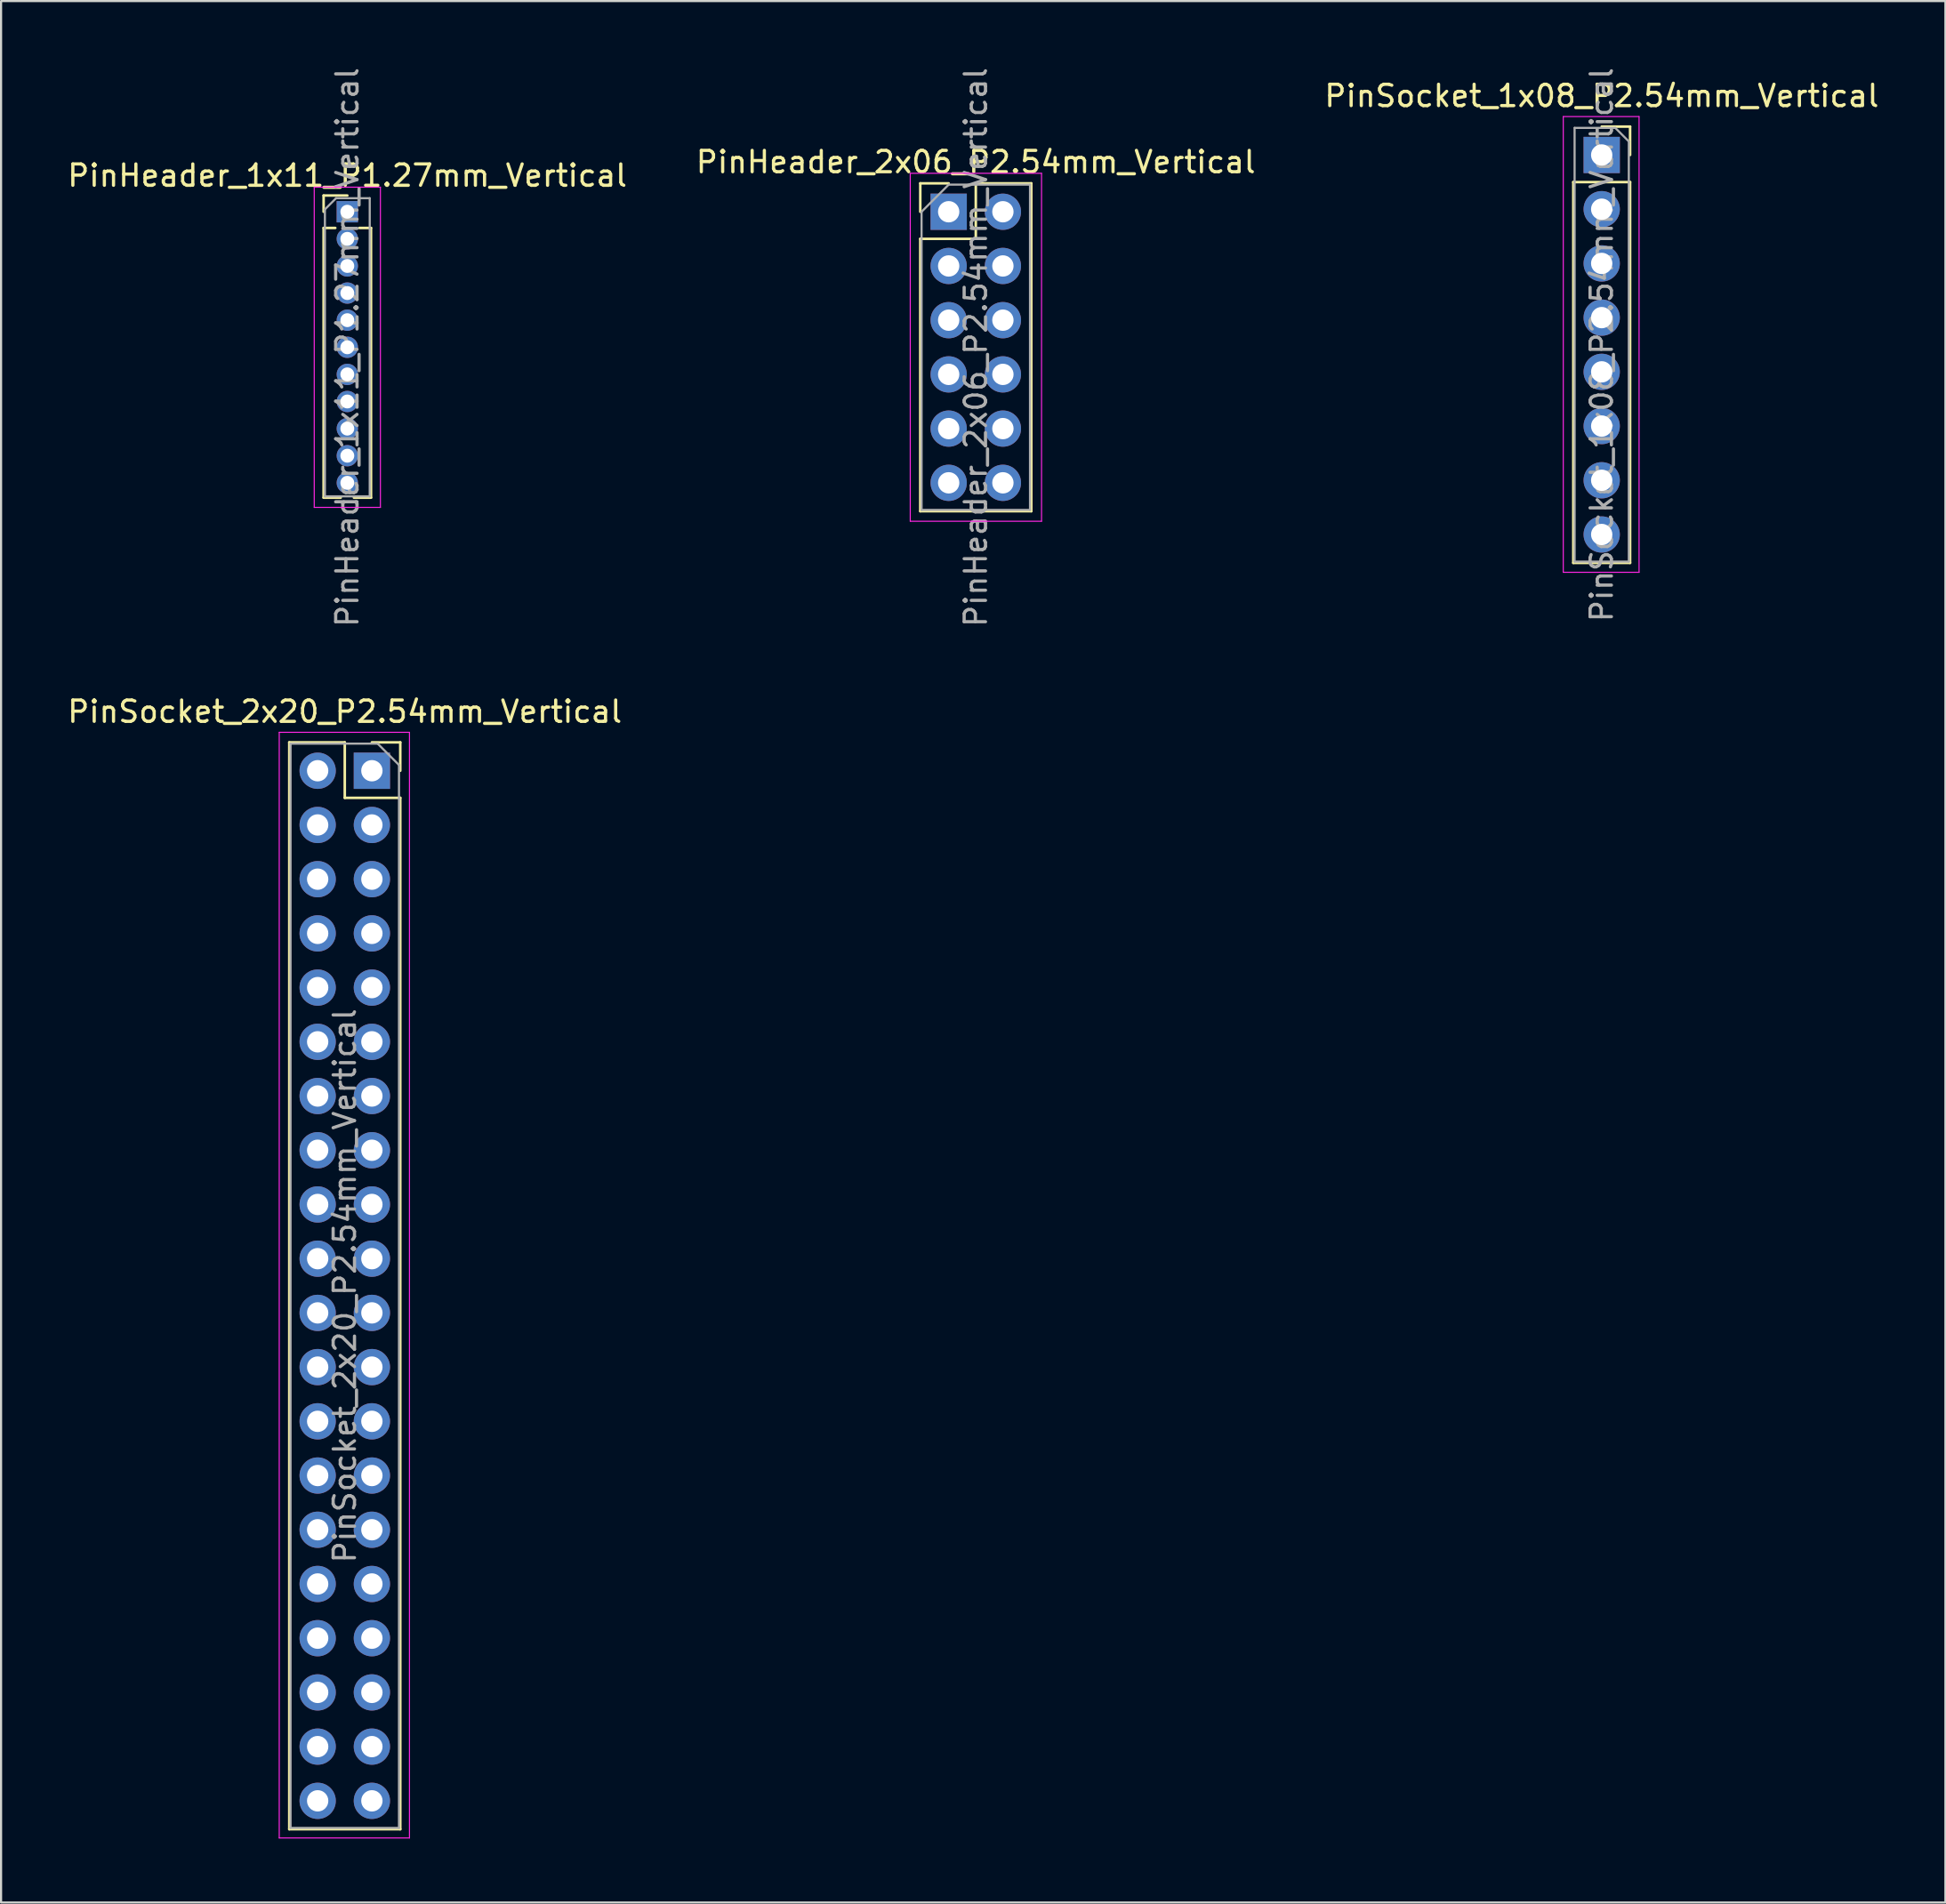
<source format=kicad_pcb>
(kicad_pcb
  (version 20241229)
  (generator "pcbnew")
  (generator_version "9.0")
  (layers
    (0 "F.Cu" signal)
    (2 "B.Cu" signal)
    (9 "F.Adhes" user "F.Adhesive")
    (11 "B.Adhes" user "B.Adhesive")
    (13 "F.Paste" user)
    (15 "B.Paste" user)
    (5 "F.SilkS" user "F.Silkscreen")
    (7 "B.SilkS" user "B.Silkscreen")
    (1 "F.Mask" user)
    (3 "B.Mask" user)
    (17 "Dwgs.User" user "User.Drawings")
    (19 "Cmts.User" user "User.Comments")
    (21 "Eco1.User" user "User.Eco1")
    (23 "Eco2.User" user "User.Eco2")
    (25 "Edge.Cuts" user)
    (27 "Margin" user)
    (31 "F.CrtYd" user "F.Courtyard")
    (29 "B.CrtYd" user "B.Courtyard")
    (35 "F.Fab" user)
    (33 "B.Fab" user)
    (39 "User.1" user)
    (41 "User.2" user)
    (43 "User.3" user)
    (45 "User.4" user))
  (footprint "PinSocket_1x08_P2.54mm_Vertical"
    (layer "F.Cu")
    (at 71.982 4.211)
    (property "Reference" "PinSocket_1x08_P2.54mm_Vertical" (at 0 -2.77 0) (layer "F.SilkS") (effects (font (size 1 1) (thickness 0.15))))
    (attr through_hole)
    (fp_line (start -1.33 1.27) (end -1.33 19.11) (stroke (width 0.12) (type solid)) (layer "F.SilkS"))
    (fp_line (start -1.33 1.27) (end 1.33 1.27) (stroke (width 0.12) (type solid)) (layer "F.SilkS"))
    (fp_line (start -1.33 19.11) (end 1.33 19.11) (stroke (width 0.12) (type solid)) (layer "F.SilkS"))
    (fp_line (start 0 -1.33) (end 1.33 -1.33) (stroke (width 0.12) (type solid)) (layer "F.SilkS"))
    (fp_line (start 1.33 -1.33) (end 1.33 0) (stroke (width 0.12) (type solid)) (layer "F.SilkS"))
    (fp_line (start 1.33 1.27) (end 1.33 19.11) (stroke (width 0.12) (type solid)) (layer "F.SilkS"))
    (fp_line (start -1.8 -1.8) (end 1.75 -1.8) (stroke (width 0.05) (type solid)) (layer "F.CrtYd"))
    (fp_line (start -1.8 19.55) (end -1.8 -1.8) (stroke (width 0.05) (type solid)) (layer "F.CrtYd"))
    (fp_line (start 1.75 -1.8) (end 1.75 19.55) (stroke (width 0.05) (type solid)) (layer "F.CrtYd"))
    (fp_line (start 1.75 19.55) (end -1.8 19.55) (stroke (width 0.05) (type solid)) (layer "F.CrtYd"))
    (fp_line (start -1.27 -1.27) (end 0.635 -1.27) (stroke (width 0.1) (type solid)) (layer "F.Fab"))
    (fp_line (start -1.27 19.05) (end -1.27 -1.27) (stroke (width 0.1) (type solid)) (layer "F.Fab"))
    (fp_line (start 0.635 -1.27) (end 1.27 -0.635) (stroke (width 0.1) (type solid)) (layer "F.Fab"))
    (fp_line (start 1.27 -0.635) (end 1.27 19.05) (stroke (width 0.1) (type solid)) (layer "F.Fab"))
    (fp_line (start 1.27 19.05) (end -1.27 19.05) (stroke (width 0.1) (type solid)) (layer "F.Fab"))
    (fp_text user "${REFERENCE}" (at 0 8.89 90) (layer "F.Fab") (effects (font (size 1 1) (thickness 0.15))))
    (pad "1" thru_hole rect (at 0 0) (size 1.7 1.7) (drill 1) (layers "*.Cu" "*.Mask"))
    (pad "2" thru_hole oval (at 0 2.54) (size 1.7 1.7) (drill 1) (layers "*.Cu" "*.Mask"))
    (pad "3" thru_hole oval (at 0 5.08) (size 1.7 1.7) (drill 1) (layers "*.Cu" "*.Mask"))
    (pad "4" thru_hole oval (at 0 7.62) (size 1.7 1.7) (drill 1) (layers "*.Cu" "*.Mask"))
    (pad "5" thru_hole oval (at 0 10.16) (size 1.7 1.7) (drill 1) (layers "*.Cu" "*.Mask"))
    (pad "6" thru_hole oval (at 0 12.7) (size 1.7 1.7) (drill 1) (layers "*.Cu" "*.Mask"))
    (pad "7" thru_hole oval (at 0 15.24) (size 1.7 1.7) (drill 1) (layers "*.Cu" "*.Mask"))
    (pad "8" thru_hole oval (at 0 17.78) (size 1.7 1.7) (drill 1) (layers "*.Cu" "*.Mask")))
  (footprint "PinSocket_2x20_P2.54mm_Vertical"
    (layer "F.Cu")
    (at 14.371 33.059)
    (property "Reference" "PinSocket_2x20_P2.54mm_Vertical" (at -1.27 -2.77 0) (layer "F.SilkS") (effects (font (size 1 1) (thickness 0.15))))
    (attr through_hole)
    (fp_line (start -3.87 -1.33) (end -3.87 49.59) (stroke (width 0.12) (type solid)) (layer "F.SilkS"))
    (fp_line (start -3.87 -1.33) (end -1.27 -1.33) (stroke (width 0.12) (type solid)) (layer "F.SilkS"))
    (fp_line (start -3.87 49.59) (end 1.33 49.59) (stroke (width 0.12) (type solid)) (layer "F.SilkS"))
    (fp_line (start -1.27 -1.33) (end -1.27 1.27) (stroke (width 0.12) (type solid)) (layer "F.SilkS"))
    (fp_line (start -1.27 1.27) (end 1.33 1.27) (stroke (width 0.12) (type solid)) (layer "F.SilkS"))
    (fp_line (start 0 -1.33) (end 1.33 -1.33) (stroke (width 0.12) (type solid)) (layer "F.SilkS"))
    (fp_line (start 1.33 -1.33) (end 1.33 0) (stroke (width 0.12) (type solid)) (layer "F.SilkS"))
    (fp_line (start 1.33 1.27) (end 1.33 49.59) (stroke (width 0.12) (type solid)) (layer "F.SilkS"))
    (fp_line (start -4.34 -1.8) (end 1.76 -1.8) (stroke (width 0.05) (type solid)) (layer "F.CrtYd"))
    (fp_line (start -4.34 50) (end -4.34 -1.8) (stroke (width 0.05) (type solid)) (layer "F.CrtYd"))
    (fp_line (start 1.76 -1.8) (end 1.76 50) (stroke (width 0.05) (type solid)) (layer "F.CrtYd"))
    (fp_line (start 1.76 50) (end -4.34 50) (stroke (width 0.05) (type solid)) (layer "F.CrtYd"))
    (fp_line (start -3.81 -1.27) (end 0.27 -1.27) (stroke (width 0.1) (type solid)) (layer "F.Fab"))
    (fp_line (start -3.81 49.53) (end -3.81 -1.27) (stroke (width 0.1) (type solid)) (layer "F.Fab"))
    (fp_line (start 0.27 -1.27) (end 1.27 -0.27) (stroke (width 0.1) (type solid)) (layer "F.Fab"))
    (fp_line (start 1.27 -0.27) (end 1.27 49.53) (stroke (width 0.1) (type solid)) (layer "F.Fab"))
    (fp_line (start 1.27 49.53) (end -3.81 49.53) (stroke (width 0.1) (type solid)) (layer "F.Fab"))
    (fp_text user "${REFERENCE}" (at -1.27 24.13 90) (layer "F.Fab") (effects (font (size 1 1) (thickness 0.15))))
    (pad "1" thru_hole rect (at 0 0) (size 1.7 1.7) (drill 1) (layers "*.Cu" "*.Mask"))
    (pad "2" thru_hole oval (at -2.54 0) (size 1.7 1.7) (drill 1) (layers "*.Cu" "*.Mask"))
    (pad "3" thru_hole oval (at 0 2.54) (size 1.7 1.7) (drill 1) (layers "*.Cu" "*.Mask"))
    (pad "4" thru_hole oval (at -2.54 2.54) (size 1.7 1.7) (drill 1) (layers "*.Cu" "*.Mask"))
    (pad "5" thru_hole oval (at 0 5.08) (size 1.7 1.7) (drill 1) (layers "*.Cu" "*.Mask"))
    (pad "6" thru_hole oval (at -2.54 5.08) (size 1.7 1.7) (drill 1) (layers "*.Cu" "*.Mask"))
    (pad "7" thru_hole oval (at 0 7.62) (size 1.7 1.7) (drill 1) (layers "*.Cu" "*.Mask"))
    (pad "8" thru_hole oval (at -2.54 7.62) (size 1.7 1.7) (drill 1) (layers "*.Cu" "*.Mask"))
    (pad "9" thru_hole oval (at 0 10.16) (size 1.7 1.7) (drill 1) (layers "*.Cu" "*.Mask"))
    (pad "10" thru_hole oval (at -2.54 10.16) (size 1.7 1.7) (drill 1) (layers "*.Cu" "*.Mask"))
    (pad "11" thru_hole oval (at 0 12.7) (size 1.7 1.7) (drill 1) (layers "*.Cu" "*.Mask"))
    (pad "12" thru_hole oval (at -2.54 12.7) (size 1.7 1.7) (drill 1) (layers "*.Cu" "*.Mask"))
    (pad "13" thru_hole oval (at 0 15.24) (size 1.7 1.7) (drill 1) (layers "*.Cu" "*.Mask"))
    (pad "14" thru_hole oval (at -2.54 15.24) (size 1.7 1.7) (drill 1) (layers "*.Cu" "*.Mask"))
    (pad "15" thru_hole oval (at 0 17.78) (size 1.7 1.7) (drill 1) (layers "*.Cu" "*.Mask"))
    (pad "16" thru_hole oval (at -2.54 17.78) (size 1.7 1.7) (drill 1) (layers "*.Cu" "*.Mask"))
    (pad "17" thru_hole oval (at 0 20.32) (size 1.7 1.7) (drill 1) (layers "*.Cu" "*.Mask"))
    (pad "18" thru_hole oval (at -2.54 20.32) (size 1.7 1.7) (drill 1) (layers "*.Cu" "*.Mask"))
    (pad "19" thru_hole oval (at 0 22.86) (size 1.7 1.7) (drill 1) (layers "*.Cu" "*.Mask"))
    (pad "20" thru_hole oval (at -2.54 22.86) (size 1.7 1.7) (drill 1) (layers "*.Cu" "*.Mask"))
    (pad "21" thru_hole oval (at 0 25.4) (size 1.7 1.7) (drill 1) (layers "*.Cu" "*.Mask"))
    (pad "22" thru_hole oval (at -2.54 25.4) (size 1.7 1.7) (drill 1) (layers "*.Cu" "*.Mask"))
    (pad "23" thru_hole oval (at 0 27.94) (size 1.7 1.7) (drill 1) (layers "*.Cu" "*.Mask"))
    (pad "24" thru_hole oval (at -2.54 27.94) (size 1.7 1.7) (drill 1) (layers "*.Cu" "*.Mask"))
    (pad "25" thru_hole oval (at 0 30.48) (size 1.7 1.7) (drill 1) (layers "*.Cu" "*.Mask"))
    (pad "26" thru_hole oval (at -2.54 30.48) (size 1.7 1.7) (drill 1) (layers "*.Cu" "*.Mask"))
    (pad "27" thru_hole oval (at 0 33.02) (size 1.7 1.7) (drill 1) (layers "*.Cu" "*.Mask"))
    (pad "28" thru_hole oval (at -2.54 33.02) (size 1.7 1.7) (drill 1) (layers "*.Cu" "*.Mask"))
    (pad "29" thru_hole oval (at 0 35.56) (size 1.7 1.7) (drill 1) (layers "*.Cu" "*.Mask"))
    (pad "30" thru_hole oval (at -2.54 35.56) (size 1.7 1.7) (drill 1) (layers "*.Cu" "*.Mask"))
    (pad "31" thru_hole oval (at 0 38.1) (size 1.7 1.7) (drill 1) (layers "*.Cu" "*.Mask"))
    (pad "32" thru_hole oval (at -2.54 38.1) (size 1.7 1.7) (drill 1) (layers "*.Cu" "*.Mask"))
    (pad "33" thru_hole oval (at 0 40.64) (size 1.7 1.7) (drill 1) (layers "*.Cu" "*.Mask"))
    (pad "34" thru_hole oval (at -2.54 40.64) (size 1.7 1.7) (drill 1) (layers "*.Cu" "*.Mask"))
    (pad "35" thru_hole oval (at 0 43.18) (size 1.7 1.7) (drill 1) (layers "*.Cu" "*.Mask"))
    (pad "36" thru_hole oval (at -2.54 43.18) (size 1.7 1.7) (drill 1) (layers "*.Cu" "*.Mask"))
    (pad "37" thru_hole oval (at 0 45.72) (size 1.7 1.7) (drill 1) (layers "*.Cu" "*.Mask"))
    (pad "38" thru_hole oval (at -2.54 45.72) (size 1.7 1.7) (drill 1) (layers "*.Cu" "*.Mask"))
    (pad "39" thru_hole oval (at 0 48.26) (size 1.7 1.7) (drill 1) (layers "*.Cu" "*.Mask"))
    (pad "40" thru_hole oval (at -2.54 48.26) (size 1.7 1.7) (drill 1) (layers "*.Cu" "*.Mask")))
  (footprint "PinHeader_1x11_P1.27mm_Vertical"
    (layer "F.Cu")
    (at 13.22 6.87)
    (property "Reference" "PinHeader_1x11_P1.27mm_Vertical" (at 0 -1.695 0) (layer "F.SilkS") (effects (font (size 1 1) (thickness 0.15))))
    (attr through_hole)
    (fp_line (start -1.11 -0.76) (end 0 -0.76) (stroke (width 0.12) (type solid)) (layer "F.SilkS"))
    (fp_line (start -1.11 0) (end -1.11 -0.76) (stroke (width 0.12) (type solid)) (layer "F.SilkS"))
    (fp_line (start -1.11 0.76) (end -1.11 13.395) (stroke (width 0.12) (type solid)) (layer "F.SilkS"))
    (fp_line (start -1.11 0.76) (end -0.563 0.76) (stroke (width 0.12) (type solid)) (layer "F.SilkS"))
    (fp_line (start -1.11 13.395) (end -0.308 13.395) (stroke (width 0.12) (type solid)) (layer "F.SilkS"))
    (fp_line (start 0.308 13.395) (end 1.11 13.395) (stroke (width 0.12) (type solid)) (layer "F.SilkS"))
    (fp_line (start 0.563 0.76) (end 1.11 0.76) (stroke (width 0.12) (type solid)) (layer "F.SilkS"))
    (fp_line (start 1.11 0.76) (end 1.11 13.395) (stroke (width 0.12) (type solid)) (layer "F.SilkS"))
    (fp_line (start -1.55 -1.15) (end -1.55 13.85) (stroke (width 0.05) (type solid)) (layer "F.CrtYd"))
    (fp_line (start -1.55 13.85) (end 1.55 13.85) (stroke (width 0.05) (type solid)) (layer "F.CrtYd"))
    (fp_line (start 1.55 -1.15) (end -1.55 -1.15) (stroke (width 0.05) (type solid)) (layer "F.CrtYd"))
    (fp_line (start 1.55 13.85) (end 1.55 -1.15) (stroke (width 0.05) (type solid)) (layer "F.CrtYd"))
    (fp_line (start -1.05 -0.11) (end -0.525 -0.635) (stroke (width 0.1) (type solid)) (layer "F.Fab"))
    (fp_line (start -1.05 13.335) (end -1.05 -0.11) (stroke (width 0.1) (type solid)) (layer "F.Fab"))
    (fp_line (start -0.525 -0.635) (end 1.05 -0.635) (stroke (width 0.1) (type solid)) (layer "F.Fab"))
    (fp_line (start 1.05 -0.635) (end 1.05 13.335) (stroke (width 0.1) (type solid)) (layer "F.Fab"))
    (fp_line (start 1.05 13.335) (end -1.05 13.335) (stroke (width 0.1) (type solid)) (layer "F.Fab"))
    (fp_text user "${REFERENCE}" (at 0 6.35 90) (layer "F.Fab") (effects (font (size 1 1) (thickness 0.15))))
    (pad "1" thru_hole rect (at 0 0) (size 1 1) (drill 0.65) (layers "*.Cu" "*.Mask"))
    (pad "2" thru_hole oval (at 0 1.27) (size 1 1) (drill 0.65) (layers "*.Cu" "*.Mask"))
    (pad "3" thru_hole oval (at 0 2.54) (size 1 1) (drill 0.65) (layers "*.Cu" "*.Mask"))
    (pad "4" thru_hole oval (at 0 3.81) (size 1 1) (drill 0.65) (layers "*.Cu" "*.Mask"))
    (pad "5" thru_hole oval (at 0 5.08) (size 1 1) (drill 0.65) (layers "*.Cu" "*.Mask"))
    (pad "6" thru_hole oval (at 0 6.35) (size 1 1) (drill 0.65) (layers "*.Cu" "*.Mask"))
    (pad "7" thru_hole oval (at 0 7.62) (size 1 1) (drill 0.65) (layers "*.Cu" "*.Mask"))
    (pad "8" thru_hole oval (at 0 8.89) (size 1 1) (drill 0.65) (layers "*.Cu" "*.Mask"))
    (pad "9" thru_hole oval (at 0 10.16) (size 1 1) (drill 0.65) (layers "*.Cu" "*.Mask"))
    (pad "10" thru_hole oval (at 0 11.43) (size 1 1) (drill 0.65) (layers "*.Cu" "*.Mask"))
    (pad "11" thru_hole oval (at 0 12.7) (size 1 1) (drill 0.65) (layers "*.Cu" "*.Mask")))
  (footprint "PinHeader_2x06_P2.54mm_Vertical"
    (layer "F.Cu")
    (at 41.391 6.87)
    (property "Reference" "PinHeader_2x06_P2.54mm_Vertical" (at 1.27 -2.33 0) (layer "F.SilkS") (effects (font (size 1 1) (thickness 0.15))))
    (attr through_hole)
    (fp_line (start -1.33 -1.33) (end 0 -1.33) (stroke (width 0.12) (type solid)) (layer "F.SilkS"))
    (fp_line (start -1.33 0) (end -1.33 -1.33) (stroke (width 0.12) (type solid)) (layer "F.SilkS"))
    (fp_line (start -1.33 1.27) (end -1.33 14.03) (stroke (width 0.12) (type solid)) (layer "F.SilkS"))
    (fp_line (start -1.33 1.27) (end 1.27 1.27) (stroke (width 0.12) (type solid)) (layer "F.SilkS"))
    (fp_line (start -1.33 14.03) (end 3.87 14.03) (stroke (width 0.12) (type solid)) (layer "F.SilkS"))
    (fp_line (start 1.27 -1.33) (end 3.87 -1.33) (stroke (width 0.12) (type solid)) (layer "F.SilkS"))
    (fp_line (start 1.27 1.27) (end 1.27 -1.33) (stroke (width 0.12) (type solid)) (layer "F.SilkS"))
    (fp_line (start 3.87 -1.33) (end 3.87 14.03) (stroke (width 0.12) (type solid)) (layer "F.SilkS"))
    (fp_line (start -1.8 -1.8) (end -1.8 14.5) (stroke (width 0.05) (type solid)) (layer "F.CrtYd"))
    (fp_line (start -1.8 14.5) (end 4.35 14.5) (stroke (width 0.05) (type solid)) (layer "F.CrtYd"))
    (fp_line (start 4.35 -1.8) (end -1.8 -1.8) (stroke (width 0.05) (type solid)) (layer "F.CrtYd"))
    (fp_line (start 4.35 14.5) (end 4.35 -1.8) (stroke (width 0.05) (type solid)) (layer "F.CrtYd"))
    (fp_line (start -1.27 0) (end 0 -1.27) (stroke (width 0.1) (type solid)) (layer "F.Fab"))
    (fp_line (start -1.27 13.97) (end -1.27 0) (stroke (width 0.1) (type solid)) (layer "F.Fab"))
    (fp_line (start 0 -1.27) (end 3.81 -1.27) (stroke (width 0.1) (type solid)) (layer "F.Fab"))
    (fp_line (start 3.81 -1.27) (end 3.81 13.97) (stroke (width 0.1) (type solid)) (layer "F.Fab"))
    (fp_line (start 3.81 13.97) (end -1.27 13.97) (stroke (width 0.1) (type solid)) (layer "F.Fab"))
    (fp_text user "${REFERENCE}" (at 1.27 6.35 90) (layer "F.Fab") (effects (font (size 1 1) (thickness 0.15))))
    (pad "1" thru_hole rect (at 0 0) (size 1.7 1.7) (drill 1) (layers "*.Cu" "*.Mask"))
    (pad "2" thru_hole oval (at 2.54 0) (size 1.7 1.7) (drill 1) (layers "*.Cu" "*.Mask"))
    (pad "3" thru_hole oval (at 0 2.54) (size 1.7 1.7) (drill 1) (layers "*.Cu" "*.Mask"))
    (pad "4" thru_hole oval (at 2.54 2.54) (size 1.7 1.7) (drill 1) (layers "*.Cu" "*.Mask"))
    (pad "5" thru_hole oval (at 0 5.08) (size 1.7 1.7) (drill 1) (layers "*.Cu" "*.Mask"))
    (pad "6" thru_hole oval (at 2.54 5.08) (size 1.7 1.7) (drill 1) (layers "*.Cu" "*.Mask"))
    (pad "7" thru_hole oval (at 0 7.62) (size 1.7 1.7) (drill 1) (layers "*.Cu" "*.Mask"))
    (pad "8" thru_hole oval (at 2.54 7.62) (size 1.7 1.7) (drill 1) (layers "*.Cu" "*.Mask"))
    (pad "9" thru_hole oval (at 0 10.16) (size 1.7 1.7) (drill 1) (layers "*.Cu" "*.Mask"))
    (pad "10" thru_hole oval (at 2.54 10.16) (size 1.7 1.7) (drill 1) (layers "*.Cu" "*.Mask"))
    (pad "11" thru_hole oval (at 0 12.7) (size 1.7 1.7) (drill 1) (layers "*.Cu" "*.Mask"))
    (pad "12" thru_hole oval (at 2.54 12.7) (size 1.7 1.7) (drill 1) (layers "*.Cu" "*.Mask")))
  (gr_rect
    (start -3 -3)
    (end 88.083 86.084)
    (stroke (width 0.1) (type default))
    (fill no)
    (layer "Edge.Cuts")))
</source>
